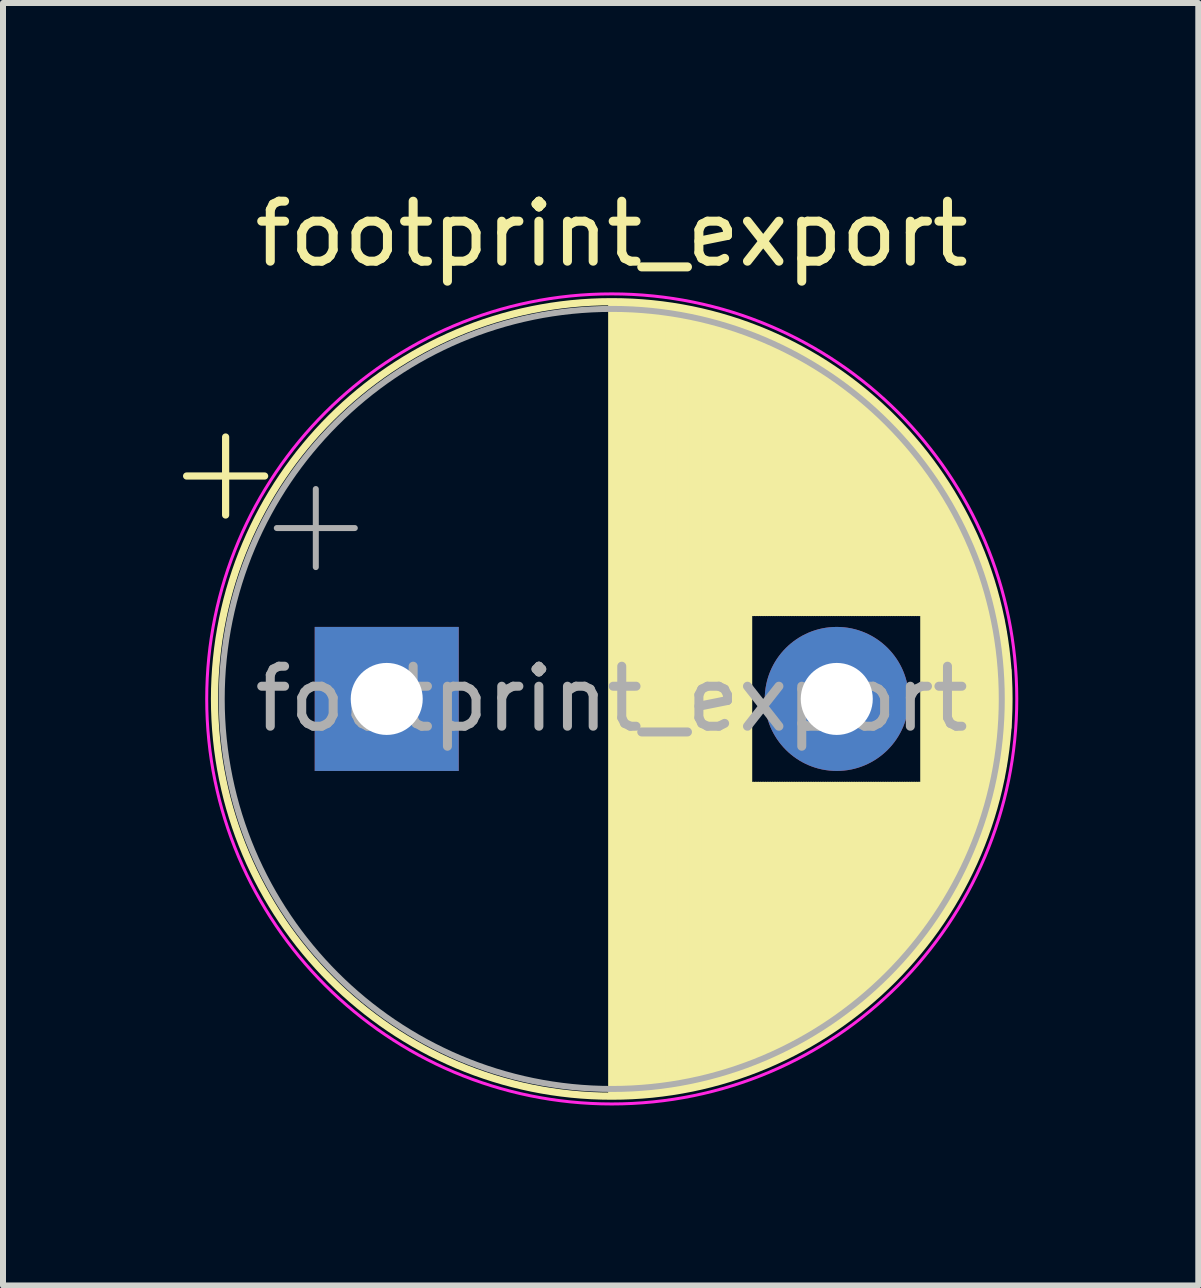
<source format=kicad_pcb>
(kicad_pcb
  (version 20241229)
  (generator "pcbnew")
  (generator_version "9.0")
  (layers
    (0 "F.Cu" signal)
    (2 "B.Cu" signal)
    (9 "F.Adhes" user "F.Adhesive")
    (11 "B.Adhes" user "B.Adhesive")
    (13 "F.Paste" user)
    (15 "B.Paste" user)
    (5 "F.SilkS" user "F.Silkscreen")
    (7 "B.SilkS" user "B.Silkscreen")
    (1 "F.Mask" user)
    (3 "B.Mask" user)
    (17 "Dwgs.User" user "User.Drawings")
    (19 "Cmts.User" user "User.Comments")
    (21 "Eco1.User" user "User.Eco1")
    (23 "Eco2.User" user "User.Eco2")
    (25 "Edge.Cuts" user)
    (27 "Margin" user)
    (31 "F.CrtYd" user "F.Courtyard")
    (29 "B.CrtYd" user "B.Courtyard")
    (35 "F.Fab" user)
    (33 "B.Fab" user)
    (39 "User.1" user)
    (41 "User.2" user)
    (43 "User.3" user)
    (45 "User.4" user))
  (footprint "footprint_export"
    (layer "F.Cu")
    (at 3.395 8.598)
    (property "Reference" "footprint_export" (at 3.75 -7.75 0) (layer "F.SilkS") (effects (font (size 1 1) (thickness 0.15))))
    (attr through_hole)
    (fp_line (start -3.335 -3.715) (end -2.035 -3.715) (stroke (width 0.12) (type solid)) (layer "F.SilkS"))
    (fp_line (start -2.685 -4.365) (end -2.685 -3.065) (stroke (width 0.12) (type solid)) (layer "F.SilkS"))
    (fp_line (start 3.75 -6.58) (end 3.75 6.58) (stroke (width 0.12) (type solid)) (layer "F.SilkS"))
    (fp_line (start 3.79 -6.58) (end 3.79 6.58) (stroke (width 0.12) (type solid)) (layer "F.SilkS"))
    (fp_line (start 3.83 -6.58) (end 3.83 6.58) (stroke (width 0.12) (type solid)) (layer "F.SilkS"))
    (fp_line (start 3.87 -6.579) (end 3.87 6.579) (stroke (width 0.12) (type solid)) (layer "F.SilkS"))
    (fp_line (start 3.91 -6.579) (end 3.91 6.579) (stroke (width 0.12) (type solid)) (layer "F.SilkS"))
    (fp_line (start 3.95 -6.577) (end 3.95 6.577) (stroke (width 0.12) (type solid)) (layer "F.SilkS"))
    (fp_line (start 3.99 -6.576) (end 3.99 6.576) (stroke (width 0.12) (type solid)) (layer "F.SilkS"))
    (fp_line (start 4.03 -6.575) (end 4.03 6.575) (stroke (width 0.12) (type solid)) (layer "F.SilkS"))
    (fp_line (start 4.07 -6.573) (end 4.07 6.573) (stroke (width 0.12) (type solid)) (layer "F.SilkS"))
    (fp_line (start 4.11 -6.571) (end 4.11 6.571) (stroke (width 0.12) (type solid)) (layer "F.SilkS"))
    (fp_line (start 4.15 -6.568) (end 4.15 6.568) (stroke (width 0.12) (type solid)) (layer "F.SilkS"))
    (fp_line (start 4.19 -6.566) (end 4.19 6.566) (stroke (width 0.12) (type solid)) (layer "F.SilkS"))
    (fp_line (start 4.23 -6.563) (end 4.23 6.563) (stroke (width 0.12) (type solid)) (layer "F.SilkS"))
    (fp_line (start 4.27 -6.56) (end 4.27 6.56) (stroke (width 0.12) (type solid)) (layer "F.SilkS"))
    (fp_line (start 4.31 -6.557) (end 4.31 6.557) (stroke (width 0.12) (type solid)) (layer "F.SilkS"))
    (fp_line (start 4.35 -6.553) (end 4.35 6.553) (stroke (width 0.12) (type solid)) (layer "F.SilkS"))
    (fp_line (start 4.39 -6.549) (end 4.39 6.549) (stroke (width 0.12) (type solid)) (layer "F.SilkS"))
    (fp_line (start 4.43 -6.545) (end 4.43 6.545) (stroke (width 0.12) (type solid)) (layer "F.SilkS"))
    (fp_line (start 4.471 -6.541) (end 4.471 6.541) (stroke (width 0.12) (type solid)) (layer "F.SilkS"))
    (fp_line (start 4.511 -6.537) (end 4.511 6.537) (stroke (width 0.12) (type solid)) (layer "F.SilkS"))
    (fp_line (start 4.551 -6.532) (end 4.551 6.532) (stroke (width 0.12) (type solid)) (layer "F.SilkS"))
    (fp_line (start 4.591 -6.527) (end 4.591 6.527) (stroke (width 0.12) (type solid)) (layer "F.SilkS"))
    (fp_line (start 4.631 -6.522) (end 4.631 6.522) (stroke (width 0.12) (type solid)) (layer "F.SilkS"))
    (fp_line (start 4.671 -6.516) (end 4.671 6.516) (stroke (width 0.12) (type solid)) (layer "F.SilkS"))
    (fp_line (start 4.711 -6.511) (end 4.711 6.511) (stroke (width 0.12) (type solid)) (layer "F.SilkS"))
    (fp_line (start 4.751 -6.505) (end 4.751 6.505) (stroke (width 0.12) (type solid)) (layer "F.SilkS"))
    (fp_line (start 4.791 -6.498) (end 4.791 6.498) (stroke (width 0.12) (type solid)) (layer "F.SilkS"))
    (fp_line (start 4.831 -6.492) (end 4.831 6.492) (stroke (width 0.12) (type solid)) (layer "F.SilkS"))
    (fp_line (start 4.871 -6.485) (end 4.871 6.485) (stroke (width 0.12) (type solid)) (layer "F.SilkS"))
    (fp_line (start 4.911 -6.478) (end 4.911 6.478) (stroke (width 0.12) (type solid)) (layer "F.SilkS"))
    (fp_line (start 4.951 -6.471) (end 4.951 6.471) (stroke (width 0.12) (type solid)) (layer "F.SilkS"))
    (fp_line (start 4.991 -6.463) (end 4.991 6.463) (stroke (width 0.12) (type solid)) (layer "F.SilkS"))
    (fp_line (start 5.031 -6.456) (end 5.031 6.456) (stroke (width 0.12) (type solid)) (layer "F.SilkS"))
    (fp_line (start 5.071 -6.448) (end 5.071 6.448) (stroke (width 0.12) (type solid)) (layer "F.SilkS"))
    (fp_line (start 5.111 -6.439) (end 5.111 6.439) (stroke (width 0.12) (type solid)) (layer "F.SilkS"))
    (fp_line (start 5.151 -6.431) (end 5.151 6.431) (stroke (width 0.12) (type solid)) (layer "F.SilkS"))
    (fp_line (start 5.191 -6.422) (end 5.191 6.422) (stroke (width 0.12) (type solid)) (layer "F.SilkS"))
    (fp_line (start 5.231 -6.413) (end 5.231 6.413) (stroke (width 0.12) (type solid)) (layer "F.SilkS"))
    (fp_line (start 5.271 -6.404) (end 5.271 6.404) (stroke (width 0.12) (type solid)) (layer "F.SilkS"))
    (fp_line (start 5.311 -6.394) (end 5.311 6.394) (stroke (width 0.12) (type solid)) (layer "F.SilkS"))
    (fp_line (start 5.351 -6.384) (end 5.351 6.384) (stroke (width 0.12) (type solid)) (layer "F.SilkS"))
    (fp_line (start 5.391 -6.374) (end 5.391 6.374) (stroke (width 0.12) (type solid)) (layer "F.SilkS"))
    (fp_line (start 5.431 -6.364) (end 5.431 6.364) (stroke (width 0.12) (type solid)) (layer "F.SilkS"))
    (fp_line (start 5.471 -6.353) (end 5.471 6.353) (stroke (width 0.12) (type solid)) (layer "F.SilkS"))
    (fp_line (start 5.511 -6.342) (end 5.511 6.342) (stroke (width 0.12) (type solid)) (layer "F.SilkS"))
    (fp_line (start 5.551 -6.331) (end 5.551 6.331) (stroke (width 0.12) (type solid)) (layer "F.SilkS"))
    (fp_line (start 5.591 -6.32) (end 5.591 6.32) (stroke (width 0.12) (type solid)) (layer "F.SilkS"))
    (fp_line (start 5.631 -6.308) (end 5.631 6.308) (stroke (width 0.12) (type solid)) (layer "F.SilkS"))
    (fp_line (start 5.671 -6.296) (end 5.671 6.296) (stroke (width 0.12) (type solid)) (layer "F.SilkS"))
    (fp_line (start 5.711 -6.284) (end 5.711 6.284) (stroke (width 0.12) (type solid)) (layer "F.SilkS"))
    (fp_line (start 5.751 -6.271) (end 5.751 6.271) (stroke (width 0.12) (type solid)) (layer "F.SilkS"))
    (fp_line (start 5.791 -6.258) (end 5.791 6.258) (stroke (width 0.12) (type solid)) (layer "F.SilkS"))
    (fp_line (start 5.831 -6.245) (end 5.831 6.245) (stroke (width 0.12) (type solid)) (layer "F.SilkS"))
    (fp_line (start 5.871 -6.232) (end 5.871 6.232) (stroke (width 0.12) (type solid)) (layer "F.SilkS"))
    (fp_line (start 5.911 -6.218) (end 5.911 6.218) (stroke (width 0.12) (type solid)) (layer "F.SilkS"))
    (fp_line (start 5.951 -6.204) (end 5.951 6.204) (stroke (width 0.12) (type solid)) (layer "F.SilkS"))
    (fp_line (start 5.991 -6.19) (end 5.991 6.19) (stroke (width 0.12) (type solid)) (layer "F.SilkS"))
    (fp_line (start 6.031 -6.175) (end 6.031 6.175) (stroke (width 0.12) (type solid)) (layer "F.SilkS"))
    (fp_line (start 6.071 -6.161) (end 6.071 -1.44) (stroke (width 0.12) (type solid)) (layer "F.SilkS"))
    (fp_line (start 6.071 1.44) (end 6.071 6.161) (stroke (width 0.12) (type solid)) (layer "F.SilkS"))
    (fp_line (start 6.111 -6.146) (end 6.111 -1.44) (stroke (width 0.12) (type solid)) (layer "F.SilkS"))
    (fp_line (start 6.111 1.44) (end 6.111 6.146) (stroke (width 0.12) (type solid)) (layer "F.SilkS"))
    (fp_line (start 6.151 -6.13) (end 6.151 -1.44) (stroke (width 0.12) (type solid)) (layer "F.SilkS"))
    (fp_line (start 6.151 1.44) (end 6.151 6.13) (stroke (width 0.12) (type solid)) (layer "F.SilkS"))
    (fp_line (start 6.191 -6.114) (end 6.191 -1.44) (stroke (width 0.12) (type solid)) (layer "F.SilkS"))
    (fp_line (start 6.191 1.44) (end 6.191 6.114) (stroke (width 0.12) (type solid)) (layer "F.SilkS"))
    (fp_line (start 6.231 -6.098) (end 6.231 -1.44) (stroke (width 0.12) (type solid)) (layer "F.SilkS"))
    (fp_line (start 6.231 1.44) (end 6.231 6.098) (stroke (width 0.12) (type solid)) (layer "F.SilkS"))
    (fp_line (start 6.271 -6.082) (end 6.271 -1.44) (stroke (width 0.12) (type solid)) (layer "F.SilkS"))
    (fp_line (start 6.271 1.44) (end 6.271 6.082) (stroke (width 0.12) (type solid)) (layer "F.SilkS"))
    (fp_line (start 6.311 -6.065) (end 6.311 -1.44) (stroke (width 0.12) (type solid)) (layer "F.SilkS"))
    (fp_line (start 6.311 1.44) (end 6.311 6.065) (stroke (width 0.12) (type solid)) (layer "F.SilkS"))
    (fp_line (start 6.351 -6.049) (end 6.351 -1.44) (stroke (width 0.12) (type solid)) (layer "F.SilkS"))
    (fp_line (start 6.351 1.44) (end 6.351 6.049) (stroke (width 0.12) (type solid)) (layer "F.SilkS"))
    (fp_line (start 6.391 -6.031) (end 6.391 -1.44) (stroke (width 0.12) (type solid)) (layer "F.SilkS"))
    (fp_line (start 6.391 1.44) (end 6.391 6.031) (stroke (width 0.12) (type solid)) (layer "F.SilkS"))
    (fp_line (start 6.431 -6.014) (end 6.431 -1.44) (stroke (width 0.12) (type solid)) (layer "F.SilkS"))
    (fp_line (start 6.431 1.44) (end 6.431 6.014) (stroke (width 0.12) (type solid)) (layer "F.SilkS"))
    (fp_line (start 6.471 -5.996) (end 6.471 -1.44) (stroke (width 0.12) (type solid)) (layer "F.SilkS"))
    (fp_line (start 6.471 1.44) (end 6.471 5.996) (stroke (width 0.12) (type solid)) (layer "F.SilkS"))
    (fp_line (start 6.511 -5.978) (end 6.511 -1.44) (stroke (width 0.12) (type solid)) (layer "F.SilkS"))
    (fp_line (start 6.511 1.44) (end 6.511 5.978) (stroke (width 0.12) (type solid)) (layer "F.SilkS"))
    (fp_line (start 6.551 -5.959) (end 6.551 -1.44) (stroke (width 0.12) (type solid)) (layer "F.SilkS"))
    (fp_line (start 6.551 1.44) (end 6.551 5.959) (stroke (width 0.12) (type solid)) (layer "F.SilkS"))
    (fp_line (start 6.591 -5.94) (end 6.591 -1.44) (stroke (width 0.12) (type solid)) (layer "F.SilkS"))
    (fp_line (start 6.591 1.44) (end 6.591 5.94) (stroke (width 0.12) (type solid)) (layer "F.SilkS"))
    (fp_line (start 6.631 -5.921) (end 6.631 -1.44) (stroke (width 0.12) (type solid)) (layer "F.SilkS"))
    (fp_line (start 6.631 1.44) (end 6.631 5.921) (stroke (width 0.12) (type solid)) (layer "F.SilkS"))
    (fp_line (start 6.671 -5.902) (end 6.671 -1.44) (stroke (width 0.12) (type solid)) (layer "F.SilkS"))
    (fp_line (start 6.671 1.44) (end 6.671 5.902) (stroke (width 0.12) (type solid)) (layer "F.SilkS"))
    (fp_line (start 6.711 -5.882) (end 6.711 -1.44) (stroke (width 0.12) (type solid)) (layer "F.SilkS"))
    (fp_line (start 6.711 1.44) (end 6.711 5.882) (stroke (width 0.12) (type solid)) (layer "F.SilkS"))
    (fp_line (start 6.751 -5.862) (end 6.751 -1.44) (stroke (width 0.12) (type solid)) (layer "F.SilkS"))
    (fp_line (start 6.751 1.44) (end 6.751 5.862) (stroke (width 0.12) (type solid)) (layer "F.SilkS"))
    (fp_line (start 6.791 -5.841) (end 6.791 -1.44) (stroke (width 0.12) (type solid)) (layer "F.SilkS"))
    (fp_line (start 6.791 1.44) (end 6.791 5.841) (stroke (width 0.12) (type solid)) (layer "F.SilkS"))
    (fp_line (start 6.831 -5.82) (end 6.831 -1.44) (stroke (width 0.12) (type solid)) (layer "F.SilkS"))
    (fp_line (start 6.831 1.44) (end 6.831 5.82) (stroke (width 0.12) (type solid)) (layer "F.SilkS"))
    (fp_line (start 6.871 -5.799) (end 6.871 -1.44) (stroke (width 0.12) (type solid)) (layer "F.SilkS"))
    (fp_line (start 6.871 1.44) (end 6.871 5.799) (stroke (width 0.12) (type solid)) (layer "F.SilkS"))
    (fp_line (start 6.911 -5.778) (end 6.911 -1.44) (stroke (width 0.12) (type solid)) (layer "F.SilkS"))
    (fp_line (start 6.911 1.44) (end 6.911 5.778) (stroke (width 0.12) (type solid)) (layer "F.SilkS"))
    (fp_line (start 6.951 -5.756) (end 6.951 -1.44) (stroke (width 0.12) (type solid)) (layer "F.SilkS"))
    (fp_line (start 6.951 1.44) (end 6.951 5.756) (stroke (width 0.12) (type solid)) (layer "F.SilkS"))
    (fp_line (start 6.991 -5.733) (end 6.991 -1.44) (stroke (width 0.12) (type solid)) (layer "F.SilkS"))
    (fp_line (start 6.991 1.44) (end 6.991 5.733) (stroke (width 0.12) (type solid)) (layer "F.SilkS"))
    (fp_line (start 7.031 -5.711) (end 7.031 -1.44) (stroke (width 0.12) (type solid)) (layer "F.SilkS"))
    (fp_line (start 7.031 1.44) (end 7.031 5.711) (stroke (width 0.12) (type solid)) (layer "F.SilkS"))
    (fp_line (start 7.071 -5.688) (end 7.071 -1.44) (stroke (width 0.12) (type solid)) (layer "F.SilkS"))
    (fp_line (start 7.071 1.44) (end 7.071 5.688) (stroke (width 0.12) (type solid)) (layer "F.SilkS"))
    (fp_line (start 7.111 -5.664) (end 7.111 -1.44) (stroke (width 0.12) (type solid)) (layer "F.SilkS"))
    (fp_line (start 7.111 1.44) (end 7.111 5.664) (stroke (width 0.12) (type solid)) (layer "F.SilkS"))
    (fp_line (start 7.151 -5.641) (end 7.151 -1.44) (stroke (width 0.12) (type solid)) (layer "F.SilkS"))
    (fp_line (start 7.151 1.44) (end 7.151 5.641) (stroke (width 0.12) (type solid)) (layer "F.SilkS"))
    (fp_line (start 7.191 -5.617) (end 7.191 -1.44) (stroke (width 0.12) (type solid)) (layer "F.SilkS"))
    (fp_line (start 7.191 1.44) (end 7.191 5.617) (stroke (width 0.12) (type solid)) (layer "F.SilkS"))
    (fp_line (start 7.231 -5.592) (end 7.231 -1.44) (stroke (width 0.12) (type solid)) (layer "F.SilkS"))
    (fp_line (start 7.231 1.44) (end 7.231 5.592) (stroke (width 0.12) (type solid)) (layer "F.SilkS"))
    (fp_line (start 7.271 -5.567) (end 7.271 -1.44) (stroke (width 0.12) (type solid)) (layer "F.SilkS"))
    (fp_line (start 7.271 1.44) (end 7.271 5.567) (stroke (width 0.12) (type solid)) (layer "F.SilkS"))
    (fp_line (start 7.311 -5.542) (end 7.311 -1.44) (stroke (width 0.12) (type solid)) (layer "F.SilkS"))
    (fp_line (start 7.311 1.44) (end 7.311 5.542) (stroke (width 0.12) (type solid)) (layer "F.SilkS"))
    (fp_line (start 7.351 -5.516) (end 7.351 -1.44) (stroke (width 0.12) (type solid)) (layer "F.SilkS"))
    (fp_line (start 7.351 1.44) (end 7.351 5.516) (stroke (width 0.12) (type solid)) (layer "F.SilkS"))
    (fp_line (start 7.391 -5.49) (end 7.391 -1.44) (stroke (width 0.12) (type solid)) (layer "F.SilkS"))
    (fp_line (start 7.391 1.44) (end 7.391 5.49) (stroke (width 0.12) (type solid)) (layer "F.SilkS"))
    (fp_line (start 7.431 -5.463) (end 7.431 -1.44) (stroke (width 0.12) (type solid)) (layer "F.SilkS"))
    (fp_line (start 7.431 1.44) (end 7.431 5.463) (stroke (width 0.12) (type solid)) (layer "F.SilkS"))
    (fp_line (start 7.471 -5.436) (end 7.471 -1.44) (stroke (width 0.12) (type solid)) (layer "F.SilkS"))
    (fp_line (start 7.471 1.44) (end 7.471 5.436) (stroke (width 0.12) (type solid)) (layer "F.SilkS"))
    (fp_line (start 7.511 -5.409) (end 7.511 -1.44) (stroke (width 0.12) (type solid)) (layer "F.SilkS"))
    (fp_line (start 7.511 1.44) (end 7.511 5.409) (stroke (width 0.12) (type solid)) (layer "F.SilkS"))
    (fp_line (start 7.551 -5.381) (end 7.551 -1.44) (stroke (width 0.12) (type solid)) (layer "F.SilkS"))
    (fp_line (start 7.551 1.44) (end 7.551 5.381) (stroke (width 0.12) (type solid)) (layer "F.SilkS"))
    (fp_line (start 7.591 -5.353) (end 7.591 -1.44) (stroke (width 0.12) (type solid)) (layer "F.SilkS"))
    (fp_line (start 7.591 1.44) (end 7.591 5.353) (stroke (width 0.12) (type solid)) (layer "F.SilkS"))
    (fp_line (start 7.631 -5.324) (end 7.631 -1.44) (stroke (width 0.12) (type solid)) (layer "F.SilkS"))
    (fp_line (start 7.631 1.44) (end 7.631 5.324) (stroke (width 0.12) (type solid)) (layer "F.SilkS"))
    (fp_line (start 7.671 -5.295) (end 7.671 -1.44) (stroke (width 0.12) (type solid)) (layer "F.SilkS"))
    (fp_line (start 7.671 1.44) (end 7.671 5.295) (stroke (width 0.12) (type solid)) (layer "F.SilkS"))
    (fp_line (start 7.711 -5.265) (end 7.711 -1.44) (stroke (width 0.12) (type solid)) (layer "F.SilkS"))
    (fp_line (start 7.711 1.44) (end 7.711 5.265) (stroke (width 0.12) (type solid)) (layer "F.SilkS"))
    (fp_line (start 7.751 -5.235) (end 7.751 -1.44) (stroke (width 0.12) (type solid)) (layer "F.SilkS"))
    (fp_line (start 7.751 1.44) (end 7.751 5.235) (stroke (width 0.12) (type solid)) (layer "F.SilkS"))
    (fp_line (start 7.791 -5.205) (end 7.791 -1.44) (stroke (width 0.12) (type solid)) (layer "F.SilkS"))
    (fp_line (start 7.791 1.44) (end 7.791 5.205) (stroke (width 0.12) (type solid)) (layer "F.SilkS"))
    (fp_line (start 7.831 -5.174) (end 7.831 -1.44) (stroke (width 0.12) (type solid)) (layer "F.SilkS"))
    (fp_line (start 7.831 1.44) (end 7.831 5.174) (stroke (width 0.12) (type solid)) (layer "F.SilkS"))
    (fp_line (start 7.871 -5.142) (end 7.871 -1.44) (stroke (width 0.12) (type solid)) (layer "F.SilkS"))
    (fp_line (start 7.871 1.44) (end 7.871 5.142) (stroke (width 0.12) (type solid)) (layer "F.SilkS"))
    (fp_line (start 7.911 -5.11) (end 7.911 -1.44) (stroke (width 0.12) (type solid)) (layer "F.SilkS"))
    (fp_line (start 7.911 1.44) (end 7.911 5.11) (stroke (width 0.12) (type solid)) (layer "F.SilkS"))
    (fp_line (start 7.951 -5.078) (end 7.951 -1.44) (stroke (width 0.12) (type solid)) (layer "F.SilkS"))
    (fp_line (start 7.951 1.44) (end 7.951 5.078) (stroke (width 0.12) (type solid)) (layer "F.SilkS"))
    (fp_line (start 7.991 -5.044) (end 7.991 -1.44) (stroke (width 0.12) (type solid)) (layer "F.SilkS"))
    (fp_line (start 7.991 1.44) (end 7.991 5.044) (stroke (width 0.12) (type solid)) (layer "F.SilkS"))
    (fp_line (start 8.031 -5.011) (end 8.031 -1.44) (stroke (width 0.12) (type solid)) (layer "F.SilkS"))
    (fp_line (start 8.031 1.44) (end 8.031 5.011) (stroke (width 0.12) (type solid)) (layer "F.SilkS"))
    (fp_line (start 8.071 -4.977) (end 8.071 -1.44) (stroke (width 0.12) (type solid)) (layer "F.SilkS"))
    (fp_line (start 8.071 1.44) (end 8.071 4.977) (stroke (width 0.12) (type solid)) (layer "F.SilkS"))
    (fp_line (start 8.111 -4.942) (end 8.111 -1.44) (stroke (width 0.12) (type solid)) (layer "F.SilkS"))
    (fp_line (start 8.111 1.44) (end 8.111 4.942) (stroke (width 0.12) (type solid)) (layer "F.SilkS"))
    (fp_line (start 8.151 -4.907) (end 8.151 -1.44) (stroke (width 0.12) (type solid)) (layer "F.SilkS"))
    (fp_line (start 8.151 1.44) (end 8.151 4.907) (stroke (width 0.12) (type solid)) (layer "F.SilkS"))
    (fp_line (start 8.191 -4.871) (end 8.191 -1.44) (stroke (width 0.12) (type solid)) (layer "F.SilkS"))
    (fp_line (start 8.191 1.44) (end 8.191 4.871) (stroke (width 0.12) (type solid)) (layer "F.SilkS"))
    (fp_line (start 8.231 -4.834) (end 8.231 -1.44) (stroke (width 0.12) (type solid)) (layer "F.SilkS"))
    (fp_line (start 8.231 1.44) (end 8.231 4.834) (stroke (width 0.12) (type solid)) (layer "F.SilkS"))
    (fp_line (start 8.271 -4.797) (end 8.271 -1.44) (stroke (width 0.12) (type solid)) (layer "F.SilkS"))
    (fp_line (start 8.271 1.44) (end 8.271 4.797) (stroke (width 0.12) (type solid)) (layer "F.SilkS"))
    (fp_line (start 8.311 -4.76) (end 8.311 -1.44) (stroke (width 0.12) (type solid)) (layer "F.SilkS"))
    (fp_line (start 8.311 1.44) (end 8.311 4.76) (stroke (width 0.12) (type solid)) (layer "F.SilkS"))
    (fp_line (start 8.351 -4.721) (end 8.351 -1.44) (stroke (width 0.12) (type solid)) (layer "F.SilkS"))
    (fp_line (start 8.351 1.44) (end 8.351 4.721) (stroke (width 0.12) (type solid)) (layer "F.SilkS"))
    (fp_line (start 8.391 -4.682) (end 8.391 -1.44) (stroke (width 0.12) (type solid)) (layer "F.SilkS"))
    (fp_line (start 8.391 1.44) (end 8.391 4.682) (stroke (width 0.12) (type solid)) (layer "F.SilkS"))
    (fp_line (start 8.431 -4.643) (end 8.431 -1.44) (stroke (width 0.12) (type solid)) (layer "F.SilkS"))
    (fp_line (start 8.431 1.44) (end 8.431 4.643) (stroke (width 0.12) (type solid)) (layer "F.SilkS"))
    (fp_line (start 8.471 -4.602) (end 8.471 -1.44) (stroke (width 0.12) (type solid)) (layer "F.SilkS"))
    (fp_line (start 8.471 1.44) (end 8.471 4.602) (stroke (width 0.12) (type solid)) (layer "F.SilkS"))
    (fp_line (start 8.511 -4.561) (end 8.511 -1.44) (stroke (width 0.12) (type solid)) (layer "F.SilkS"))
    (fp_line (start 8.511 1.44) (end 8.511 4.561) (stroke (width 0.12) (type solid)) (layer "F.SilkS"))
    (fp_line (start 8.551 -4.519) (end 8.551 -1.44) (stroke (width 0.12) (type solid)) (layer "F.SilkS"))
    (fp_line (start 8.551 1.44) (end 8.551 4.519) (stroke (width 0.12) (type solid)) (layer "F.SilkS"))
    (fp_line (start 8.591 -4.477) (end 8.591 -1.44) (stroke (width 0.12) (type solid)) (layer "F.SilkS"))
    (fp_line (start 8.591 1.44) (end 8.591 4.477) (stroke (width 0.12) (type solid)) (layer "F.SilkS"))
    (fp_line (start 8.631 -4.434) (end 8.631 -1.44) (stroke (width 0.12) (type solid)) (layer "F.SilkS"))
    (fp_line (start 8.631 1.44) (end 8.631 4.434) (stroke (width 0.12) (type solid)) (layer "F.SilkS"))
    (fp_line (start 8.671 -4.39) (end 8.671 -1.44) (stroke (width 0.12) (type solid)) (layer "F.SilkS"))
    (fp_line (start 8.671 1.44) (end 8.671 4.39) (stroke (width 0.12) (type solid)) (layer "F.SilkS"))
    (fp_line (start 8.711 -4.345) (end 8.711 -1.44) (stroke (width 0.12) (type solid)) (layer "F.SilkS"))
    (fp_line (start 8.711 1.44) (end 8.711 4.345) (stroke (width 0.12) (type solid)) (layer "F.SilkS"))
    (fp_line (start 8.751 -4.299) (end 8.751 -1.44) (stroke (width 0.12) (type solid)) (layer "F.SilkS"))
    (fp_line (start 8.751 1.44) (end 8.751 4.299) (stroke (width 0.12) (type solid)) (layer "F.SilkS"))
    (fp_line (start 8.791 -4.253) (end 8.791 -1.44) (stroke (width 0.12) (type solid)) (layer "F.SilkS"))
    (fp_line (start 8.791 1.44) (end 8.791 4.253) (stroke (width 0.12) (type solid)) (layer "F.SilkS"))
    (fp_line (start 8.831 -4.205) (end 8.831 -1.44) (stroke (width 0.12) (type solid)) (layer "F.SilkS"))
    (fp_line (start 8.831 1.44) (end 8.831 4.205) (stroke (width 0.12) (type solid)) (layer "F.SilkS"))
    (fp_line (start 8.871 -4.157) (end 8.871 -1.44) (stroke (width 0.12) (type solid)) (layer "F.SilkS"))
    (fp_line (start 8.871 1.44) (end 8.871 4.157) (stroke (width 0.12) (type solid)) (layer "F.SilkS"))
    (fp_line (start 8.911 -4.108) (end 8.911 -1.44) (stroke (width 0.12) (type solid)) (layer "F.SilkS"))
    (fp_line (start 8.911 1.44) (end 8.911 4.108) (stroke (width 0.12) (type solid)) (layer "F.SilkS"))
    (fp_line (start 8.951 -4.057) (end 8.951 4.057) (stroke (width 0.12) (type solid)) (layer "F.SilkS"))
    (fp_line (start 8.991 -4.006) (end 8.991 4.006) (stroke (width 0.12) (type solid)) (layer "F.SilkS"))
    (fp_line (start 9.031 -3.954) (end 9.031 3.954) (stroke (width 0.12) (type solid)) (layer "F.SilkS"))
    (fp_line (start 9.071 -3.9) (end 9.071 3.9) (stroke (width 0.12) (type solid)) (layer "F.SilkS"))
    (fp_line (start 9.111 -3.846) (end 9.111 3.846) (stroke (width 0.12) (type solid)) (layer "F.SilkS"))
    (fp_line (start 9.151 -3.79) (end 9.151 3.79) (stroke (width 0.12) (type solid)) (layer "F.SilkS"))
    (fp_line (start 9.191 -3.733) (end 9.191 3.733) (stroke (width 0.12) (type solid)) (layer "F.SilkS"))
    (fp_line (start 9.231 -3.675) (end 9.231 3.675) (stroke (width 0.12) (type solid)) (layer "F.SilkS"))
    (fp_line (start 9.271 -3.615) (end 9.271 3.615) (stroke (width 0.12) (type solid)) (layer "F.SilkS"))
    (fp_line (start 9.311 -3.554) (end 9.311 3.554) (stroke (width 0.12) (type solid)) (layer "F.SilkS"))
    (fp_line (start 9.351 -3.491) (end 9.351 3.491) (stroke (width 0.12) (type solid)) (layer "F.SilkS"))
    (fp_line (start 9.391 -3.427) (end 9.391 3.427) (stroke (width 0.12) (type solid)) (layer "F.SilkS"))
    (fp_line (start 9.431 -3.361) (end 9.431 3.361) (stroke (width 0.12) (type solid)) (layer "F.SilkS"))
    (fp_line (start 9.471 -3.293) (end 9.471 3.293) (stroke (width 0.12) (type solid)) (layer "F.SilkS"))
    (fp_line (start 9.511 -3.223) (end 9.511 3.223) (stroke (width 0.12) (type solid)) (layer "F.SilkS"))
    (fp_line (start 9.551 -3.152) (end 9.551 3.152) (stroke (width 0.12) (type solid)) (layer "F.SilkS"))
    (fp_line (start 9.591 -3.078) (end 9.591 3.078) (stroke (width 0.12) (type solid)) (layer "F.SilkS"))
    (fp_line (start 9.631 -3.002) (end 9.631 3.002) (stroke (width 0.12) (type solid)) (layer "F.SilkS"))
    (fp_line (start 9.671 -2.923) (end 9.671 2.923) (stroke (width 0.12) (type solid)) (layer "F.SilkS"))
    (fp_line (start 9.711 -2.842) (end 9.711 2.842) (stroke (width 0.12) (type solid)) (layer "F.SilkS"))
    (fp_line (start 9.751 -2.758) (end 9.751 2.758) (stroke (width 0.12) (type solid)) (layer "F.SilkS"))
    (fp_line (start 9.791 -2.67) (end 9.791 2.67) (stroke (width 0.12) (type solid)) (layer "F.SilkS"))
    (fp_line (start 9.831 -2.579) (end 9.831 2.579) (stroke (width 0.12) (type solid)) (layer "F.SilkS"))
    (fp_line (start 9.871 -2.484) (end 9.871 2.484) (stroke (width 0.12) (type solid)) (layer "F.SilkS"))
    (fp_line (start 9.911 -2.385) (end 9.911 2.385) (stroke (width 0.12) (type solid)) (layer "F.SilkS"))
    (fp_line (start 9.951 -2.281) (end 9.951 2.281) (stroke (width 0.12) (type solid)) (layer "F.SilkS"))
    (fp_line (start 9.991 -2.171) (end 9.991 2.171) (stroke (width 0.12) (type solid)) (layer "F.SilkS"))
    (fp_line (start 10.031 -2.055) (end 10.031 2.055) (stroke (width 0.12) (type solid)) (layer "F.SilkS"))
    (fp_line (start 10.071 -1.931) (end 10.071 1.931) (stroke (width 0.12) (type solid)) (layer "F.SilkS"))
    (fp_line (start 10.111 -1.798) (end 10.111 1.798) (stroke (width 0.12) (type solid)) (layer "F.SilkS"))
    (fp_line (start 10.151 -1.653) (end 10.151 1.653) (stroke (width 0.12) (type solid)) (layer "F.SilkS"))
    (fp_line (start 10.191 -1.494) (end 10.191 1.494) (stroke (width 0.12) (type solid)) (layer "F.SilkS"))
    (fp_line (start 10.231 -1.315) (end 10.231 1.315) (stroke (width 0.12) (type solid)) (layer "F.SilkS"))
    (fp_line (start 10.271 -1.107) (end 10.271 1.107) (stroke (width 0.12) (type solid)) (layer "F.SilkS"))
    (fp_line (start 10.311 -0.85) (end 10.311 0.85) (stroke (width 0.12) (type solid)) (layer "F.SilkS"))
    (fp_line (start 10.351 -0.475) (end 10.351 0.475) (stroke (width 0.12) (type solid)) (layer "F.SilkS"))
    (fp_circle (center 3.75 0) (end 10.37 0) (stroke (width 0.12) (type solid)) (fill no) (layer "F.SilkS"))
    (fp_circle (center 3.75 0) (end 10.5 0) (stroke (width 0.05) (type solid)) (fill no) (layer "F.CrtYd"))
    (fp_line (start -1.832 -2.848) (end -0.532 -2.848) (stroke (width 0.1) (type solid)) (layer "F.Fab"))
    (fp_line (start -1.182 -3.498) (end -1.182 -2.197) (stroke (width 0.1) (type solid)) (layer "F.Fab"))
    (fp_circle (center 3.75 0) (end 10.25 0) (stroke (width 0.1) (type solid)) (fill no) (layer "F.Fab"))
    (fp_text user "${REFERENCE}" (at 3.75 0 0) (layer "F.Fab") (effects (font (size 1 1) (thickness 0.15))))
    (pad "1" thru_hole rect (at 0 0) (size 2.4 2.4) (drill 1.2) (layers "*.Cu" "*.Mask"))
    (pad "2" thru_hole circle (at 7.5 0) (size 2.4 2.4) (drill 1.2) (layers "*.Cu" "*.Mask")))
  (gr_rect
    (start -3 -3)
    (end 16.92 18.373)
    (stroke (width 0.1) (type default))
    (fill no)
    (layer "Edge.Cuts")))
</source>
